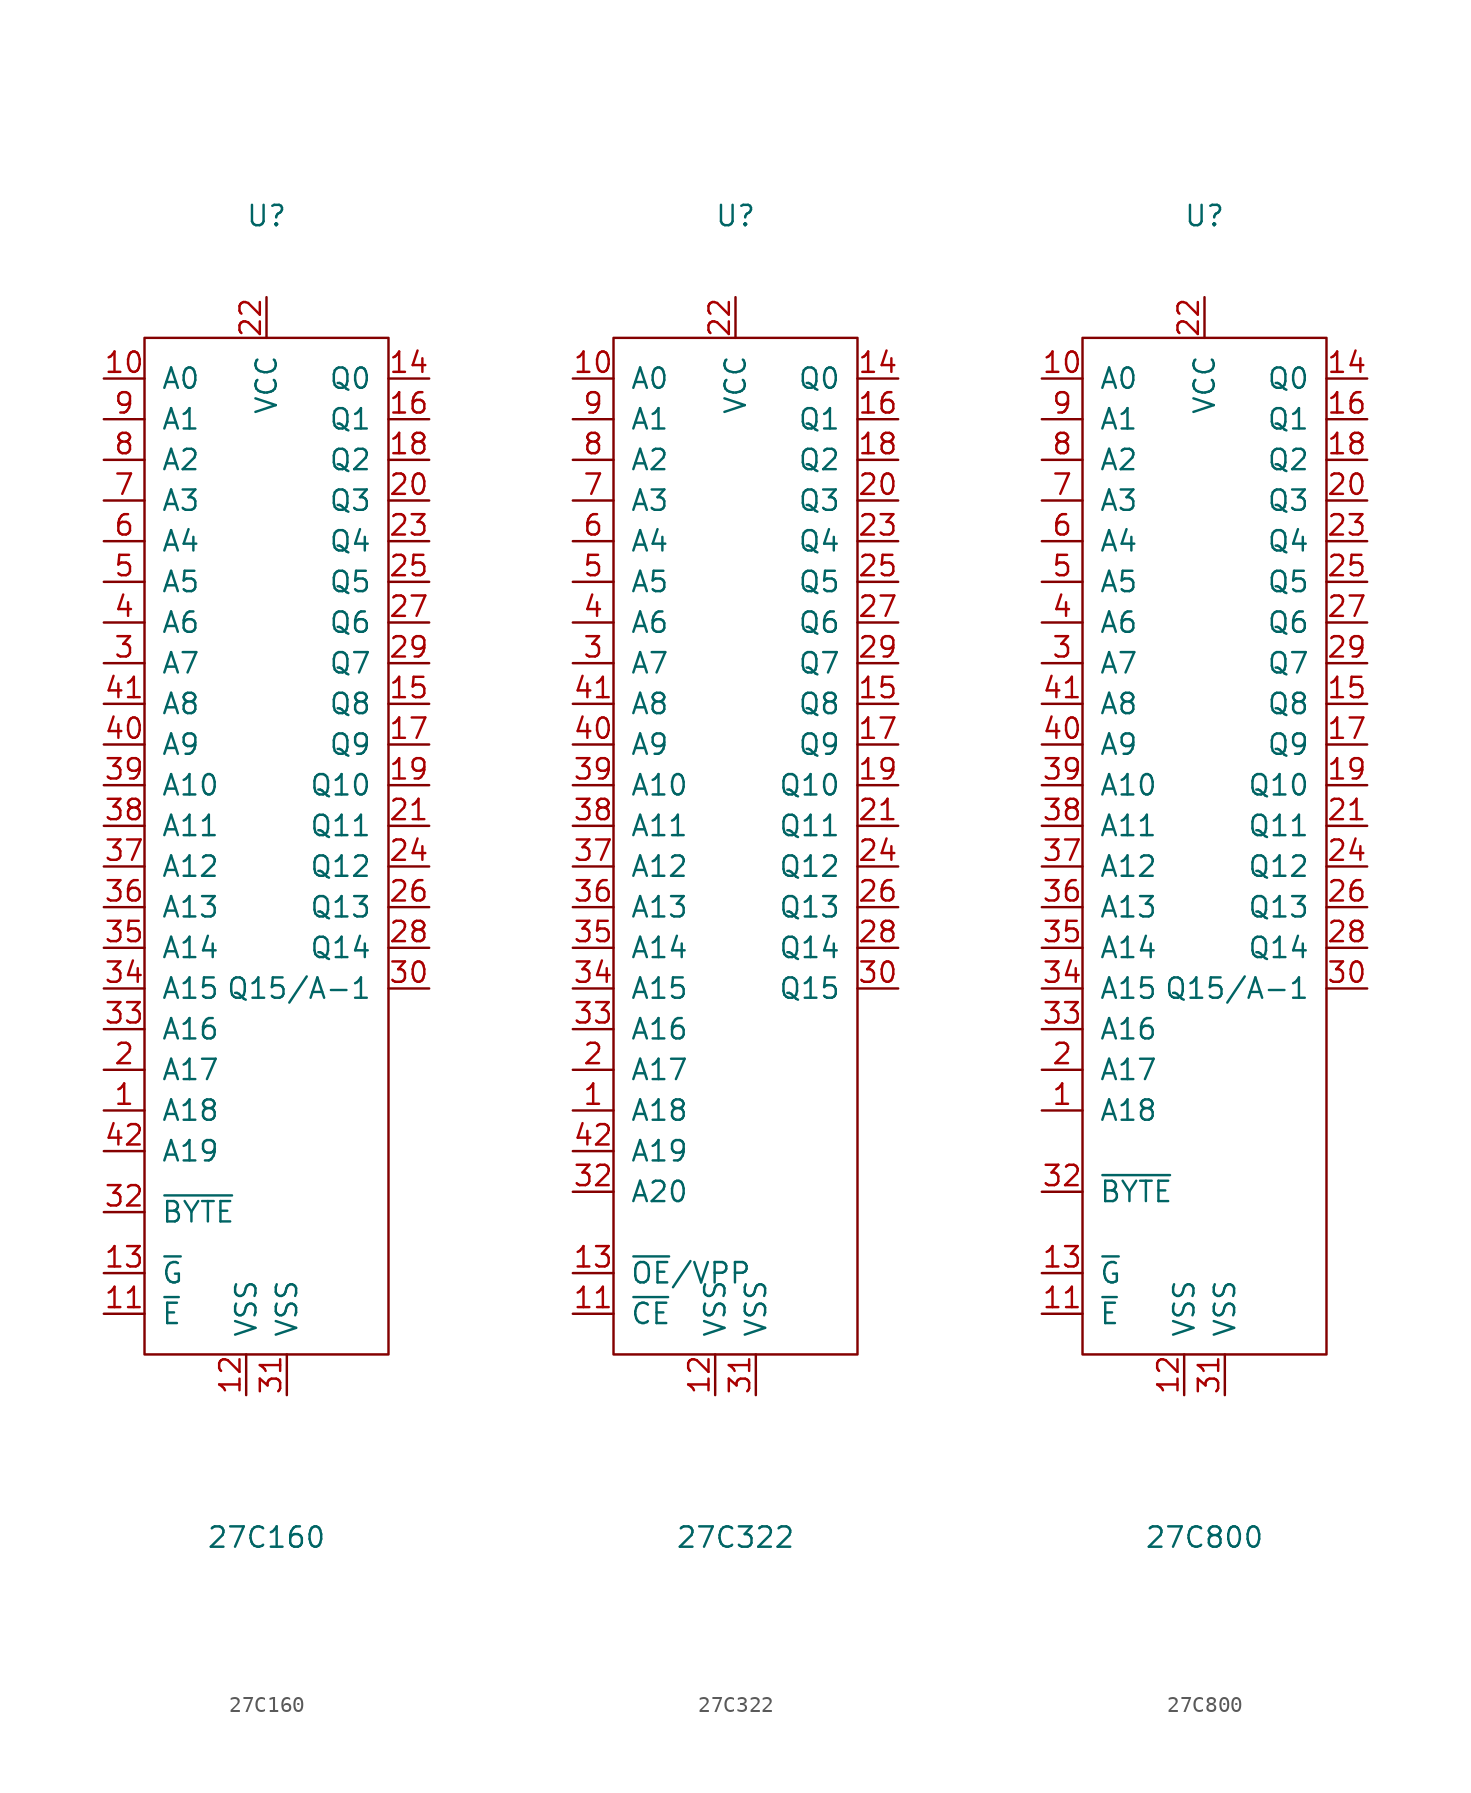
<source format=kicad_sym>
(kicad_symbol_lib
  (version 20211014)
  (generator kicad_symbol_editor)
  (symbol "27C160"
    (pin_names
      (offset 1.016))
    (property "Reference" "U"
      (at 0 39.37 0)
      (effects (font (size 1.27 1.27))))
    (property "Value" "27C160"
      (at 0 -43.18 0)
      (effects (font (size 1.27 1.27))))
    (symbol "27C160_0_1"
      (rectangle (start -7.62 31.75) (end 7.62 -31.75) (stroke (width 0) (type default) (color 0 0 0 0)) (fill (type none))))
    (symbol "27C160_1_1"
      (pin input line (at -10.16 -16.51 0) (length 2.54) (name "A18" (effects (font (size 1.27 1.27)))) (number "1" (effects (font (size 1.27 1.27)))))
      (pin input line (at -10.16 29.21 0) (length 2.54) (name "A0" (effects (font (size 1.27 1.27)))) (number "10" (effects (font (size 1.27 1.27)))))
      (pin input line (at -10.16 -29.21 0) (length 2.54) (name "~{E}" (effects (font (size 1.27 1.27)))) (number "11" (effects (font (size 1.27 1.27)))))
      (pin power_in line (at -1.27 -34.29 90) (length 2.54) (name "VSS" (effects (font (size 1.27 1.27)))) (number "12" (effects (font (size 1.27 1.27)))))
      (pin input line (at -10.16 -26.67 0) (length 2.54) (name "~{G}" (effects (font (size 1.27 1.27)))) (number "13" (effects (font (size 1.27 1.27)))))
      (pin tri_state line (at 10.16 29.21 180) (length 2.54) (name "Q0" (effects (font (size 1.27 1.27)))) (number "14" (effects (font (size 1.27 1.27)))))
      (pin tri_state line (at 10.16 8.89 180) (length 2.54) (name "Q8" (effects (font (size 1.27 1.27)))) (number "15" (effects (font (size 1.27 1.27)))))
      (pin tri_state line (at 10.16 26.67 180) (length 2.54) (name "Q1" (effects (font (size 1.27 1.27)))) (number "16" (effects (font (size 1.27 1.27)))))
      (pin tri_state line (at 10.16 6.35 180) (length 2.54) (name "Q9" (effects (font (size 1.27 1.27)))) (number "17" (effects (font (size 1.27 1.27)))))
      (pin tri_state line (at 10.16 24.13 180) (length 2.54) (name "Q2" (effects (font (size 1.27 1.27)))) (number "18" (effects (font (size 1.27 1.27)))))
      (pin tri_state line (at 10.16 3.81 180) (length 2.54) (name "Q10" (effects (font (size 1.27 1.27)))) (number "19" (effects (font (size 1.27 1.27)))))
      (pin input line (at -10.16 -13.97 0) (length 2.54) (name "A17" (effects (font (size 1.27 1.27)))) (number "2" (effects (font (size 1.27 1.27)))))
      (pin tri_state line (at 10.16 21.59 180) (length 2.54) (name "Q3" (effects (font (size 1.27 1.27)))) (number "20" (effects (font (size 1.27 1.27)))))
      (pin tri_state line (at 10.16 1.27 180) (length 2.54) (name "Q11" (effects (font (size 1.27 1.27)))) (number "21" (effects (font (size 1.27 1.27)))))
      (pin power_in line (at 0 34.29 270) (length 2.54) (name "VCC" (effects (font (size 1.27 1.27)))) (number "22" (effects (font (size 1.27 1.27)))))
      (pin tri_state line (at 10.16 19.05 180) (length 2.54) (name "Q4" (effects (font (size 1.27 1.27)))) (number "23" (effects (font (size 1.27 1.27)))))
      (pin tri_state line (at 10.16 -1.27 180) (length 2.54) (name "Q12" (effects (font (size 1.27 1.27)))) (number "24" (effects (font (size 1.27 1.27)))))
      (pin tri_state line (at 10.16 16.51 180) (length 2.54) (name "Q5" (effects (font (size 1.27 1.27)))) (number "25" (effects (font (size 1.27 1.27)))))
      (pin tri_state line (at 10.16 -3.81 180) (length 2.54) (name "Q13" (effects (font (size 1.27 1.27)))) (number "26" (effects (font (size 1.27 1.27)))))
      (pin tri_state line (at 10.16 13.97 180) (length 2.54) (name "Q6" (effects (font (size 1.27 1.27)))) (number "27" (effects (font (size 1.27 1.27)))))
      (pin tri_state line (at 10.16 -6.35 180) (length 2.54) (name "Q14" (effects (font (size 1.27 1.27)))) (number "28" (effects (font (size 1.27 1.27)))))
      (pin tri_state line (at 10.16 11.43 180) (length 2.54) (name "Q7" (effects (font (size 1.27 1.27)))) (number "29" (effects (font (size 1.27 1.27)))))
      (pin input line (at -10.16 11.43 0) (length 2.54) (name "A7" (effects (font (size 1.27 1.27)))) (number "3" (effects (font (size 1.27 1.27)))))
      (pin tri_state line (at 10.16 -8.89 180) (length 2.54) (name "Q15/A-1" (effects (font (size 1.27 1.27)))) (number "30" (effects (font (size 1.27 1.27)))))
      (pin power_in line (at 1.27 -34.29 90) (length 2.54) (name "VSS" (effects (font (size 1.27 1.27)))) (number "31" (effects (font (size 1.27 1.27)))))
      (pin input line (at -10.16 -22.86 0) (length 2.54) (name "~{BYTE}" (effects (font (size 1.27 1.27)))) (number "32" (effects (font (size 1.27 1.27)))))
      (pin input line (at -10.16 -11.43 0) (length 2.54) (name "A16" (effects (font (size 1.27 1.27)))) (number "33" (effects (font (size 1.27 1.27)))))
      (pin input line (at -10.16 -8.89 0) (length 2.54) (name "A15" (effects (font (size 1.27 1.27)))) (number "34" (effects (font (size 1.27 1.27)))))
      (pin input line (at -10.16 -6.35 0) (length 2.54) (name "A14" (effects (font (size 1.27 1.27)))) (number "35" (effects (font (size 1.27 1.27)))))
      (pin input line (at -10.16 -3.81 0) (length 2.54) (name "A13" (effects (font (size 1.27 1.27)))) (number "36" (effects (font (size 1.27 1.27)))))
      (pin input line (at -10.16 -1.27 0) (length 2.54) (name "A12" (effects (font (size 1.27 1.27)))) (number "37" (effects (font (size 1.27 1.27)))))
      (pin input line (at -10.16 1.27 0) (length 2.54) (name "A11" (effects (font (size 1.27 1.27)))) (number "38" (effects (font (size 1.27 1.27)))))
      (pin input line (at -10.16 3.81 0) (length 2.54) (name "A10" (effects (font (size 1.27 1.27)))) (number "39" (effects (font (size 1.27 1.27)))))
      (pin input line (at -10.16 13.97 0) (length 2.54) (name "A6" (effects (font (size 1.27 1.27)))) (number "4" (effects (font (size 1.27 1.27)))))
      (pin input line (at -10.16 6.35 0) (length 2.54) (name "A9" (effects (font (size 1.27 1.27)))) (number "40" (effects (font (size 1.27 1.27)))))
      (pin input line (at -10.16 8.89 0) (length 2.54) (name "A8" (effects (font (size 1.27 1.27)))) (number "41" (effects (font (size 1.27 1.27)))))
      (pin input line (at -10.16 -19.05 0) (length 2.54) (name "A19" (effects (font (size 1.27 1.27)))) (number "42" (effects (font (size 1.27 1.27)))))
      (pin input line (at -10.16 16.51 0) (length 2.54) (name "A5" (effects (font (size 1.27 1.27)))) (number "5" (effects (font (size 1.27 1.27)))))
      (pin input line (at -10.16 19.05 0) (length 2.54) (name "A4" (effects (font (size 1.27 1.27)))) (number "6" (effects (font (size 1.27 1.27)))))
      (pin input line (at -10.16 21.59 0) (length 2.54) (name "A3" (effects (font (size 1.27 1.27)))) (number "7" (effects (font (size 1.27 1.27)))))
      (pin input line (at -10.16 24.13 0) (length 2.54) (name "A2" (effects (font (size 1.27 1.27)))) (number "8" (effects (font (size 1.27 1.27)))))
      (pin input line (at -10.16 26.67 0) (length 2.54) (name "A1" (effects (font (size 1.27 1.27)))) (number "9" (effects (font (size 1.27 1.27)))))))
  (symbol "27C322"
    (pin_names
      (offset 1.016))
    (property "Reference" "U"
      (at 0 39.37 0)
      (effects (font (size 1.27 1.27))))
    (property "Value" "27C322"
      (at 0 -43.18 0)
      (effects (font (size 1.27 1.27))))
    (symbol "27C322_0_1"
      (rectangle (start -7.62 31.75) (end 7.62 -31.75) (stroke (width 0) (type default) (color 0 0 0 0)) (fill (type none))))
    (symbol "27C322_1_1"
      (pin input line (at -10.16 -16.51 0) (length 2.54) (name "A18" (effects (font (size 1.27 1.27)))) (number "1" (effects (font (size 1.27 1.27)))))
      (pin input line (at -10.16 29.21 0) (length 2.54) (name "A0" (effects (font (size 1.27 1.27)))) (number "10" (effects (font (size 1.27 1.27)))))
      (pin input line (at -10.16 -29.21 0) (length 2.54) (name "~{CE}" (effects (font (size 1.27 1.27)))) (number "11" (effects (font (size 1.27 1.27)))))
      (pin power_in line (at -1.27 -34.29 90) (length 2.54) (name "VSS" (effects (font (size 1.27 1.27)))) (number "12" (effects (font (size 1.27 1.27)))))
      (pin input line (at -10.16 -26.67 0) (length 2.54) (name "~{OE}/VPP" (effects (font (size 1.27 1.27)))) (number "13" (effects (font (size 1.27 1.27)))))
      (pin tri_state line (at 10.16 29.21 180) (length 2.54) (name "Q0" (effects (font (size 1.27 1.27)))) (number "14" (effects (font (size 1.27 1.27)))))
      (pin tri_state line (at 10.16 8.89 180) (length 2.54) (name "Q8" (effects (font (size 1.27 1.27)))) (number "15" (effects (font (size 1.27 1.27)))))
      (pin tri_state line (at 10.16 26.67 180) (length 2.54) (name "Q1" (effects (font (size 1.27 1.27)))) (number "16" (effects (font (size 1.27 1.27)))))
      (pin tri_state line (at 10.16 6.35 180) (length 2.54) (name "Q9" (effects (font (size 1.27 1.27)))) (number "17" (effects (font (size 1.27 1.27)))))
      (pin tri_state line (at 10.16 24.13 180) (length 2.54) (name "Q2" (effects (font (size 1.27 1.27)))) (number "18" (effects (font (size 1.27 1.27)))))
      (pin tri_state line (at 10.16 3.81 180) (length 2.54) (name "Q10" (effects (font (size 1.27 1.27)))) (number "19" (effects (font (size 1.27 1.27)))))
      (pin input line (at -10.16 -13.97 0) (length 2.54) (name "A17" (effects (font (size 1.27 1.27)))) (number "2" (effects (font (size 1.27 1.27)))))
      (pin tri_state line (at 10.16 21.59 180) (length 2.54) (name "Q3" (effects (font (size 1.27 1.27)))) (number "20" (effects (font (size 1.27 1.27)))))
      (pin tri_state line (at 10.16 1.27 180) (length 2.54) (name "Q11" (effects (font (size 1.27 1.27)))) (number "21" (effects (font (size 1.27 1.27)))))
      (pin power_in line (at 0 34.29 270) (length 2.54) (name "VCC" (effects (font (size 1.27 1.27)))) (number "22" (effects (font (size 1.27 1.27)))))
      (pin tri_state line (at 10.16 19.05 180) (length 2.54) (name "Q4" (effects (font (size 1.27 1.27)))) (number "23" (effects (font (size 1.27 1.27)))))
      (pin tri_state line (at 10.16 -1.27 180) (length 2.54) (name "Q12" (effects (font (size 1.27 1.27)))) (number "24" (effects (font (size 1.27 1.27)))))
      (pin tri_state line (at 10.16 16.51 180) (length 2.54) (name "Q5" (effects (font (size 1.27 1.27)))) (number "25" (effects (font (size 1.27 1.27)))))
      (pin tri_state line (at 10.16 -3.81 180) (length 2.54) (name "Q13" (effects (font (size 1.27 1.27)))) (number "26" (effects (font (size 1.27 1.27)))))
      (pin tri_state line (at 10.16 13.97 180) (length 2.54) (name "Q6" (effects (font (size 1.27 1.27)))) (number "27" (effects (font (size 1.27 1.27)))))
      (pin tri_state line (at 10.16 -6.35 180) (length 2.54) (name "Q14" (effects (font (size 1.27 1.27)))) (number "28" (effects (font (size 1.27 1.27)))))
      (pin tri_state line (at 10.16 11.43 180) (length 2.54) (name "Q7" (effects (font (size 1.27 1.27)))) (number "29" (effects (font (size 1.27 1.27)))))
      (pin input line (at -10.16 11.43 0) (length 2.54) (name "A7" (effects (font (size 1.27 1.27)))) (number "3" (effects (font (size 1.27 1.27)))))
      (pin tri_state line (at 10.16 -8.89 180) (length 2.54) (name "Q15" (effects (font (size 1.27 1.27)))) (number "30" (effects (font (size 1.27 1.27)))))
      (pin power_in line (at 1.27 -34.29 90) (length 2.54) (name "VSS" (effects (font (size 1.27 1.27)))) (number "31" (effects (font (size 1.27 1.27)))))
      (pin input line (at -10.16 -21.59 0) (length 2.54) (name "A20" (effects (font (size 1.27 1.27)))) (number "32" (effects (font (size 1.27 1.27)))))
      (pin input line (at -10.16 -11.43 0) (length 2.54) (name "A16" (effects (font (size 1.27 1.27)))) (number "33" (effects (font (size 1.27 1.27)))))
      (pin input line (at -10.16 -8.89 0) (length 2.54) (name "A15" (effects (font (size 1.27 1.27)))) (number "34" (effects (font (size 1.27 1.27)))))
      (pin input line (at -10.16 -6.35 0) (length 2.54) (name "A14" (effects (font (size 1.27 1.27)))) (number "35" (effects (font (size 1.27 1.27)))))
      (pin input line (at -10.16 -3.81 0) (length 2.54) (name "A13" (effects (font (size 1.27 1.27)))) (number "36" (effects (font (size 1.27 1.27)))))
      (pin input line (at -10.16 -1.27 0) (length 2.54) (name "A12" (effects (font (size 1.27 1.27)))) (number "37" (effects (font (size 1.27 1.27)))))
      (pin input line (at -10.16 1.27 0) (length 2.54) (name "A11" (effects (font (size 1.27 1.27)))) (number "38" (effects (font (size 1.27 1.27)))))
      (pin input line (at -10.16 3.81 0) (length 2.54) (name "A10" (effects (font (size 1.27 1.27)))) (number "39" (effects (font (size 1.27 1.27)))))
      (pin input line (at -10.16 13.97 0) (length 2.54) (name "A6" (effects (font (size 1.27 1.27)))) (number "4" (effects (font (size 1.27 1.27)))))
      (pin input line (at -10.16 6.35 0) (length 2.54) (name "A9" (effects (font (size 1.27 1.27)))) (number "40" (effects (font (size 1.27 1.27)))))
      (pin input line (at -10.16 8.89 0) (length 2.54) (name "A8" (effects (font (size 1.27 1.27)))) (number "41" (effects (font (size 1.27 1.27)))))
      (pin input line (at -10.16 -19.05 0) (length 2.54) (name "A19" (effects (font (size 1.27 1.27)))) (number "42" (effects (font (size 1.27 1.27)))))
      (pin input line (at -10.16 16.51 0) (length 2.54) (name "A5" (effects (font (size 1.27 1.27)))) (number "5" (effects (font (size 1.27 1.27)))))
      (pin input line (at -10.16 19.05 0) (length 2.54) (name "A4" (effects (font (size 1.27 1.27)))) (number "6" (effects (font (size 1.27 1.27)))))
      (pin input line (at -10.16 21.59 0) (length 2.54) (name "A3" (effects (font (size 1.27 1.27)))) (number "7" (effects (font (size 1.27 1.27)))))
      (pin input line (at -10.16 24.13 0) (length 2.54) (name "A2" (effects (font (size 1.27 1.27)))) (number "8" (effects (font (size 1.27 1.27)))))
      (pin input line (at -10.16 26.67 0) (length 2.54) (name "A1" (effects (font (size 1.27 1.27)))) (number "9" (effects (font (size 1.27 1.27)))))))
  (symbol "27C800"
    (pin_names
      (offset 1.016))
    (property "Reference" "U"
      (at 0 39.37 0)
      (effects (font (size 1.27 1.27))))
    (property "Value" "27C800"
      (at 0 -43.18 0)
      (effects (font (size 1.27 1.27))))
    (symbol "27C800_0_1"
      (rectangle (start -7.62 31.75) (end 7.62 -31.75) (stroke (width 0) (type default) (color 0 0 0 0)) (fill (type none))))
    (symbol "27C800_1_1"
      (pin input line (at -10.16 -16.51 0) (length 2.54) (name "A18" (effects (font (size 1.27 1.27)))) (number "1" (effects (font (size 1.27 1.27)))))
      (pin input line (at -10.16 29.21 0) (length 2.54) (name "A0" (effects (font (size 1.27 1.27)))) (number "10" (effects (font (size 1.27 1.27)))))
      (pin input line (at -10.16 -29.21 0) (length 2.54) (name "~{E}" (effects (font (size 1.27 1.27)))) (number "11" (effects (font (size 1.27 1.27)))))
      (pin power_in line (at -1.27 -34.29 90) (length 2.54) (name "VSS" (effects (font (size 1.27 1.27)))) (number "12" (effects (font (size 1.27 1.27)))))
      (pin input line (at -10.16 -26.67 0) (length 2.54) (name "~{G}" (effects (font (size 1.27 1.27)))) (number "13" (effects (font (size 1.27 1.27)))))
      (pin tri_state line (at 10.16 29.21 180) (length 2.54) (name "Q0" (effects (font (size 1.27 1.27)))) (number "14" (effects (font (size 1.27 1.27)))))
      (pin tri_state line (at 10.16 8.89 180) (length 2.54) (name "Q8" (effects (font (size 1.27 1.27)))) (number "15" (effects (font (size 1.27 1.27)))))
      (pin tri_state line (at 10.16 26.67 180) (length 2.54) (name "Q1" (effects (font (size 1.27 1.27)))) (number "16" (effects (font (size 1.27 1.27)))))
      (pin tri_state line (at 10.16 6.35 180) (length 2.54) (name "Q9" (effects (font (size 1.27 1.27)))) (number "17" (effects (font (size 1.27 1.27)))))
      (pin tri_state line (at 10.16 24.13 180) (length 2.54) (name "Q2" (effects (font (size 1.27 1.27)))) (number "18" (effects (font (size 1.27 1.27)))))
      (pin tri_state line (at 10.16 3.81 180) (length 2.54) (name "Q10" (effects (font (size 1.27 1.27)))) (number "19" (effects (font (size 1.27 1.27)))))
      (pin input line (at -10.16 -13.97 0) (length 2.54) (name "A17" (effects (font (size 1.27 1.27)))) (number "2" (effects (font (size 1.27 1.27)))))
      (pin tri_state line (at 10.16 21.59 180) (length 2.54) (name "Q3" (effects (font (size 1.27 1.27)))) (number "20" (effects (font (size 1.27 1.27)))))
      (pin tri_state line (at 10.16 1.27 180) (length 2.54) (name "Q11" (effects (font (size 1.27 1.27)))) (number "21" (effects (font (size 1.27 1.27)))))
      (pin power_in line (at 0 34.29 270) (length 2.54) (name "VCC" (effects (font (size 1.27 1.27)))) (number "22" (effects (font (size 1.27 1.27)))))
      (pin tri_state line (at 10.16 19.05 180) (length 2.54) (name "Q4" (effects (font (size 1.27 1.27)))) (number "23" (effects (font (size 1.27 1.27)))))
      (pin tri_state line (at 10.16 -1.27 180) (length 2.54) (name "Q12" (effects (font (size 1.27 1.27)))) (number "24" (effects (font (size 1.27 1.27)))))
      (pin tri_state line (at 10.16 16.51 180) (length 2.54) (name "Q5" (effects (font (size 1.27 1.27)))) (number "25" (effects (font (size 1.27 1.27)))))
      (pin tri_state line (at 10.16 -3.81 180) (length 2.54) (name "Q13" (effects (font (size 1.27 1.27)))) (number "26" (effects (font (size 1.27 1.27)))))
      (pin tri_state line (at 10.16 13.97 180) (length 2.54) (name "Q6" (effects (font (size 1.27 1.27)))) (number "27" (effects (font (size 1.27 1.27)))))
      (pin tri_state line (at 10.16 -6.35 180) (length 2.54) (name "Q14" (effects (font (size 1.27 1.27)))) (number "28" (effects (font (size 1.27 1.27)))))
      (pin tri_state line (at 10.16 11.43 180) (length 2.54) (name "Q7" (effects (font (size 1.27 1.27)))) (number "29" (effects (font (size 1.27 1.27)))))
      (pin input line (at -10.16 11.43 0) (length 2.54) (name "A7" (effects (font (size 1.27 1.27)))) (number "3" (effects (font (size 1.27 1.27)))))
      (pin tri_state line (at 10.16 -8.89 180) (length 2.54) (name "Q15/A-1" (effects (font (size 1.27 1.27)))) (number "30" (effects (font (size 1.27 1.27)))))
      (pin power_in line (at 1.27 -34.29 90) (length 2.54) (name "VSS" (effects (font (size 1.27 1.27)))) (number "31" (effects (font (size 1.27 1.27)))))
      (pin input line (at -10.16 -21.59 0) (length 2.54) (name "~{BYTE}" (effects (font (size 1.27 1.27)))) (number "32" (effects (font (size 1.27 1.27)))))
      (pin input line (at -10.16 -11.43 0) (length 2.54) (name "A16" (effects (font (size 1.27 1.27)))) (number "33" (effects (font (size 1.27 1.27)))))
      (pin input line (at -10.16 -8.89 0) (length 2.54) (name "A15" (effects (font (size 1.27 1.27)))) (number "34" (effects (font (size 1.27 1.27)))))
      (pin input line (at -10.16 -6.35 0) (length 2.54) (name "A14" (effects (font (size 1.27 1.27)))) (number "35" (effects (font (size 1.27 1.27)))))
      (pin input line (at -10.16 -3.81 0) (length 2.54) (name "A13" (effects (font (size 1.27 1.27)))) (number "36" (effects (font (size 1.27 1.27)))))
      (pin input line (at -10.16 -1.27 0) (length 2.54) (name "A12" (effects (font (size 1.27 1.27)))) (number "37" (effects (font (size 1.27 1.27)))))
      (pin input line (at -10.16 1.27 0) (length 2.54) (name "A11" (effects (font (size 1.27 1.27)))) (number "38" (effects (font (size 1.27 1.27)))))
      (pin input line (at -10.16 3.81 0) (length 2.54) (name "A10" (effects (font (size 1.27 1.27)))) (number "39" (effects (font (size 1.27 1.27)))))
      (pin input line (at -10.16 13.97 0) (length 2.54) (name "A6" (effects (font (size 1.27 1.27)))) (number "4" (effects (font (size 1.27 1.27)))))
      (pin input line (at -10.16 6.35 0) (length 2.54) (name "A9" (effects (font (size 1.27 1.27)))) (number "40" (effects (font (size 1.27 1.27)))))
      (pin input line (at -10.16 8.89 0) (length 2.54) (name "A8" (effects (font (size 1.27 1.27)))) (number "41" (effects (font (size 1.27 1.27)))))
      (pin input line (at -10.16 16.51 0) (length 2.54) (name "A5" (effects (font (size 1.27 1.27)))) (number "5" (effects (font (size 1.27 1.27)))))
      (pin input line (at -10.16 19.05 0) (length 2.54) (name "A4" (effects (font (size 1.27 1.27)))) (number "6" (effects (font (size 1.27 1.27)))))
      (pin input line (at -10.16 21.59 0) (length 2.54) (name "A3" (effects (font (size 1.27 1.27)))) (number "7" (effects (font (size 1.27 1.27)))))
      (pin input line (at -10.16 24.13 0) (length 2.54) (name "A2" (effects (font (size 1.27 1.27)))) (number "8" (effects (font (size 1.27 1.27)))))
      (pin input line (at -10.16 26.67 0) (length 2.54) (name "A1" (effects (font (size 1.27 1.27)))) (number "9" (effects (font (size 1.27 1.27))))))))
</source>
